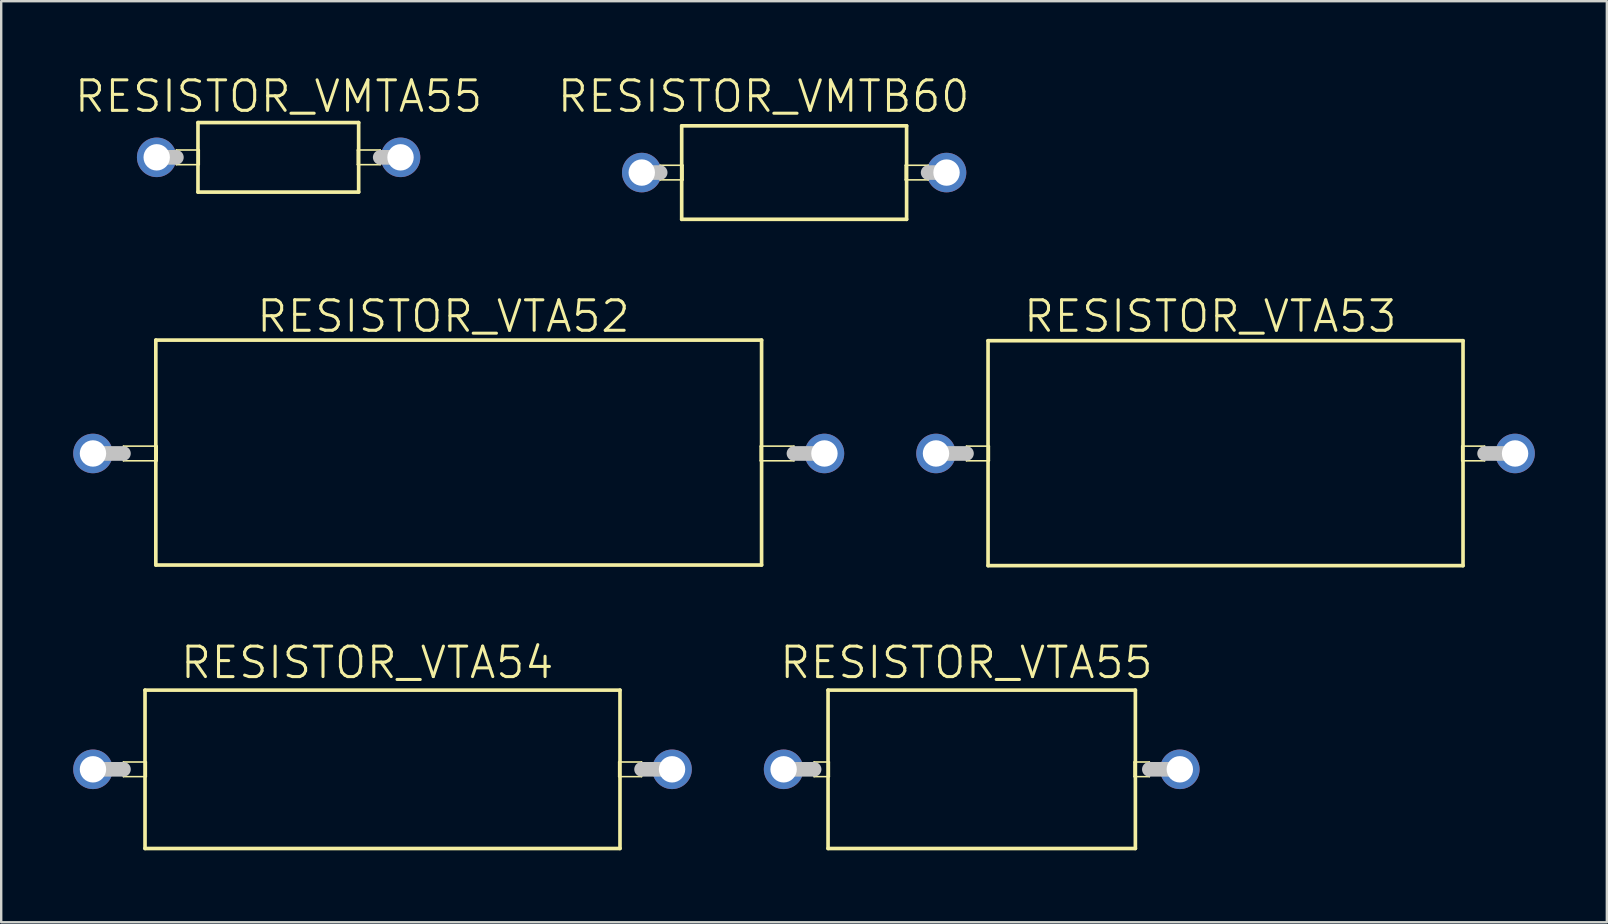
<source format=kicad_pcb>
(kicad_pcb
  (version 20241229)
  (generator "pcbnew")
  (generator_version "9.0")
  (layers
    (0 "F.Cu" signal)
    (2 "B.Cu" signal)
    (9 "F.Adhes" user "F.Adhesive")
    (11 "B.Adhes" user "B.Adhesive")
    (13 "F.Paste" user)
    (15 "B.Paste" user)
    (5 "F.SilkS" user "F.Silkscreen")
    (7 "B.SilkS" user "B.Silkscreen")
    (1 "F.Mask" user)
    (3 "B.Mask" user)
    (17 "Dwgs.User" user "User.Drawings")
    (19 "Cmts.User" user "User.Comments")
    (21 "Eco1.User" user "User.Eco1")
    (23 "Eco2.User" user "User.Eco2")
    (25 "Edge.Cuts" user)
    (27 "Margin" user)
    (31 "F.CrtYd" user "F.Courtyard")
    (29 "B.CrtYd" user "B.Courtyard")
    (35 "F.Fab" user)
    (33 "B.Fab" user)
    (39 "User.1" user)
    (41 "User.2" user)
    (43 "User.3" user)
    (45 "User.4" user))
  (footprint "RESISTOR_VTA53"
    (layer "F.Cu")
    (at 48.018 15.846)
    (property "Reference" "RESISTOR_VTA53" (at -0.635 -5.715 0) (layer "F.SilkS") (effects (font (size 1.27 1.27) (thickness 0.127))))
    (attr exclude_from_pos_files exclude_from_bom)
    (fp_line (start -10.795 -0.305) (end -9.842 -0.305) (stroke (width 0.066) (type solid)) (layer "F.SilkS"))
    (fp_line (start -10.795 0.305) (end -10.795 -0.305) (stroke (width 0.066) (type solid)) (layer "F.SilkS"))
    (fp_line (start -10.795 0.305) (end -9.842 0.305) (stroke (width 0.066) (type solid)) (layer "F.SilkS"))
    (fp_line (start -9.896 -4.699) (end -9.896 4.674) (stroke (width 0.152) (type solid)) (layer "F.SilkS"))
    (fp_line (start -9.896 4.674) (end 9.896 4.674) (stroke (width 0.152) (type solid)) (layer "F.SilkS"))
    (fp_line (start -9.842 0.305) (end -9.842 -0.305) (stroke (width 0.066) (type solid)) (layer "F.SilkS"))
    (fp_line (start 9.842 -0.305) (end 10.795 -0.305) (stroke (width 0.066) (type solid)) (layer "F.SilkS"))
    (fp_line (start 9.842 0.305) (end 9.842 -0.305) (stroke (width 0.066) (type solid)) (layer "F.SilkS"))
    (fp_line (start 9.842 0.305) (end 10.795 0.305) (stroke (width 0.066) (type solid)) (layer "F.SilkS"))
    (fp_line (start 9.896 -4.699) (end -9.896 -4.699) (stroke (width 0.152) (type solid)) (layer "F.SilkS"))
    (fp_line (start 9.896 4.674) (end 9.896 -4.699) (stroke (width 0.152) (type solid)) (layer "F.SilkS"))
    (fp_line (start 10.795 0.305) (end 10.795 -0.305) (stroke (width 0.066) (type solid)) (layer "F.SilkS"))
    (fp_line (start -12.065 0) (end -10.795 0) (stroke (width 0.61) (type solid)) (layer "Dwgs.User"))
    (fp_line (start 10.795 0) (end 12.065 0) (stroke (width 0.61) (type solid)) (layer "Dwgs.User"))
    (pad "1" thru_hole circle (at -12.065 0) (size 1.648 1.648) (drill 1.1) (layers "*.Cu" "*.Paste" "*.Mask"))
    (pad "2" thru_hole circle (at 12.065 0) (size 1.648 1.648) (drill 1.1) (layers "*.Cu" "*.Paste" "*.Mask")))
  (footprint "RESISTOR_VTA55"
    (layer "F.Cu")
    (at 37.858 29.007)
    (property "Reference" "RESISTOR_VTA55" (at -0.635 -4.445 0) (layer "F.SilkS") (effects (font (size 1.27 1.27) (thickness 0.127))))
    (attr exclude_from_pos_files exclude_from_bom)
    (fp_line (start -6.985 -0.305) (end -6.35 -0.305) (stroke (width 0.066) (type solid)) (layer "F.SilkS"))
    (fp_line (start -6.985 0.305) (end -6.985 -0.305) (stroke (width 0.066) (type solid)) (layer "F.SilkS"))
    (fp_line (start -6.985 0.305) (end -6.35 0.305) (stroke (width 0.066) (type solid)) (layer "F.SilkS"))
    (fp_line (start -6.403 -3.299) (end -6.403 3.299) (stroke (width 0.152) (type solid)) (layer "F.SilkS"))
    (fp_line (start -6.403 3.299) (end 6.403 3.299) (stroke (width 0.152) (type solid)) (layer "F.SilkS"))
    (fp_line (start -6.35 0.305) (end -6.35 -0.305) (stroke (width 0.066) (type solid)) (layer "F.SilkS"))
    (fp_line (start 6.35 -0.305) (end 6.985 -0.305) (stroke (width 0.066) (type solid)) (layer "F.SilkS"))
    (fp_line (start 6.35 0.305) (end 6.35 -0.305) (stroke (width 0.066) (type solid)) (layer "F.SilkS"))
    (fp_line (start 6.35 0.305) (end 6.985 0.305) (stroke (width 0.066) (type solid)) (layer "F.SilkS"))
    (fp_line (start 6.403 -3.299) (end -6.403 -3.299) (stroke (width 0.152) (type solid)) (layer "F.SilkS"))
    (fp_line (start 6.403 3.299) (end 6.403 -3.299) (stroke (width 0.152) (type solid)) (layer "F.SilkS"))
    (fp_line (start 6.985 0.305) (end 6.985 -0.305) (stroke (width 0.066) (type solid)) (layer "F.SilkS"))
    (fp_line (start -8.255 0) (end -6.985 0) (stroke (width 0.61) (type solid)) (layer "Dwgs.User"))
    (fp_line (start 6.985 0) (end 8.255 0) (stroke (width 0.61) (type solid)) (layer "Dwgs.User"))
    (pad "1" thru_hole circle (at -8.255 0) (size 1.648 1.648) (drill 1.1) (layers "*.Cu" "*.Paste" "*.Mask"))
    (pad "2" thru_hole circle (at 8.255 0) (size 1.648 1.648) (drill 1.1) (layers "*.Cu" "*.Paste" "*.Mask")))
  (footprint "RESISTOR_VMTB60"
    (layer "F.Cu")
    (at 30.042 4.141)
    (property "Reference" "RESISTOR_VMTB60" (at -1.27 -3.175 0) (layer "F.SilkS") (effects (font (size 1.27 1.27) (thickness 0.127))))
    (attr exclude_from_pos_files exclude_from_bom)
    (fp_line (start -5.583 -0.305) (end -4.63 -0.305) (stroke (width 0.066) (type solid)) (layer "F.SilkS"))
    (fp_line (start -5.583 0.305) (end -5.583 -0.305) (stroke (width 0.066) (type solid)) (layer "F.SilkS"))
    (fp_line (start -5.583 0.305) (end -4.63 0.305) (stroke (width 0.066) (type solid)) (layer "F.SilkS"))
    (fp_line (start -4.686 -1.948) (end -4.686 1.948) (stroke (width 0.152) (type solid)) (layer "F.SilkS"))
    (fp_line (start -4.686 1.948) (end 4.686 1.948) (stroke (width 0.152) (type solid)) (layer "F.SilkS"))
    (fp_line (start -4.63 0.305) (end -4.63 -0.305) (stroke (width 0.066) (type solid)) (layer "F.SilkS"))
    (fp_line (start 4.63 -0.305) (end 5.583 -0.305) (stroke (width 0.066) (type solid)) (layer "F.SilkS"))
    (fp_line (start 4.63 0.305) (end 4.63 -0.305) (stroke (width 0.066) (type solid)) (layer "F.SilkS"))
    (fp_line (start 4.63 0.305) (end 5.583 0.305) (stroke (width 0.066) (type solid)) (layer "F.SilkS"))
    (fp_line (start 4.686 -1.948) (end -4.686 -1.948) (stroke (width 0.152) (type solid)) (layer "F.SilkS"))
    (fp_line (start 4.686 1.948) (end 4.686 -1.948) (stroke (width 0.152) (type solid)) (layer "F.SilkS"))
    (fp_line (start 5.583 0.305) (end 5.583 -0.305) (stroke (width 0.066) (type solid)) (layer "F.SilkS"))
    (fp_line (start -6.35 0) (end -5.583 0) (stroke (width 0.61) (type solid)) (layer "Dwgs.User"))
    (fp_line (start 5.583 0) (end 6.35 0) (stroke (width 0.61) (type solid)) (layer "Dwgs.User"))
    (pad "1" thru_hole circle (at -6.35 0) (size 1.648 1.648) (drill 1.1) (layers "*.Cu" "*.Paste" "*.Mask"))
    (pad "2" thru_hole circle (at 6.35 0) (size 1.648 1.648) (drill 1.1) (layers "*.Cu" "*.Paste" "*.Mask")))
  (footprint "RESISTOR_VTA52"
    (layer "F.Cu")
    (at 16.064 15.846)
    (property "Reference" "RESISTOR_VTA52" (at -0.635 -5.715 0) (layer "F.SilkS") (effects (font (size 1.27 1.27) (thickness 0.127))))
    (attr exclude_from_pos_files exclude_from_bom)
    (fp_line (start -13.97 -0.305) (end -12.565 -0.305) (stroke (width 0.066) (type solid)) (layer "F.SilkS"))
    (fp_line (start -13.97 0.305) (end -13.97 -0.305) (stroke (width 0.066) (type solid)) (layer "F.SilkS"))
    (fp_line (start -13.97 0.305) (end -12.565 0.305) (stroke (width 0.066) (type solid)) (layer "F.SilkS"))
    (fp_line (start -12.621 -4.724) (end -12.621 4.648) (stroke (width 0.152) (type solid)) (layer "F.SilkS"))
    (fp_line (start -12.621 4.648) (end 12.621 4.648) (stroke (width 0.152) (type solid)) (layer "F.SilkS"))
    (fp_line (start -12.565 0.305) (end -12.565 -0.305) (stroke (width 0.066) (type solid)) (layer "F.SilkS"))
    (fp_line (start 12.565 -0.305) (end 13.97 -0.305) (stroke (width 0.066) (type solid)) (layer "F.SilkS"))
    (fp_line (start 12.565 0.305) (end 12.565 -0.305) (stroke (width 0.066) (type solid)) (layer "F.SilkS"))
    (fp_line (start 12.565 0.305) (end 13.97 0.305) (stroke (width 0.066) (type solid)) (layer "F.SilkS"))
    (fp_line (start 12.621 -4.724) (end -12.621 -4.724) (stroke (width 0.152) (type solid)) (layer "F.SilkS"))
    (fp_line (start 12.621 4.648) (end 12.621 -4.724) (stroke (width 0.152) (type solid)) (layer "F.SilkS"))
    (fp_line (start 13.97 0.305) (end 13.97 -0.305) (stroke (width 0.066) (type solid)) (layer "F.SilkS"))
    (fp_line (start -15.24 0) (end -13.97 0) (stroke (width 0.61) (type solid)) (layer "Dwgs.User"))
    (fp_line (start 13.97 0) (end 15.24 0) (stroke (width 0.61) (type solid)) (layer "Dwgs.User"))
    (pad "1" thru_hole circle (at -15.24 0) (size 1.648 1.648) (drill 1.1) (layers "*.Cu" "*.Paste" "*.Mask"))
    (pad "2" thru_hole circle (at 15.24 0) (size 1.648 1.648) (drill 1.1) (layers "*.Cu" "*.Paste" "*.Mask")))
  (footprint "RESISTOR_VTA54"
    (layer "F.Cu")
    (at 12.889 29.007)
    (property "Reference" "RESISTOR_VTA54" (at -0.635 -4.445 0) (layer "F.SilkS") (effects (font (size 1.27 1.27) (thickness 0.127))))
    (attr exclude_from_pos_files exclude_from_bom)
    (fp_line (start -10.795 -0.305) (end -9.842 -0.305) (stroke (width 0.066) (type solid)) (layer "F.SilkS"))
    (fp_line (start -10.795 0.305) (end -10.795 -0.305) (stroke (width 0.066) (type solid)) (layer "F.SilkS"))
    (fp_line (start -10.795 0.305) (end -9.842 0.305) (stroke (width 0.066) (type solid)) (layer "F.SilkS"))
    (fp_line (start -9.896 -3.299) (end -9.896 3.299) (stroke (width 0.152) (type solid)) (layer "F.SilkS"))
    (fp_line (start -9.896 3.299) (end 9.896 3.299) (stroke (width 0.152) (type solid)) (layer "F.SilkS"))
    (fp_line (start -9.842 0.305) (end -9.842 -0.305) (stroke (width 0.066) (type solid)) (layer "F.SilkS"))
    (fp_line (start 9.842 -0.305) (end 10.795 -0.305) (stroke (width 0.066) (type solid)) (layer "F.SilkS"))
    (fp_line (start 9.842 0.305) (end 9.842 -0.305) (stroke (width 0.066) (type solid)) (layer "F.SilkS"))
    (fp_line (start 9.842 0.305) (end 10.795 0.305) (stroke (width 0.066) (type solid)) (layer "F.SilkS"))
    (fp_line (start 9.896 -3.299) (end -9.896 -3.299) (stroke (width 0.152) (type solid)) (layer "F.SilkS"))
    (fp_line (start 9.896 3.299) (end 9.896 -3.299) (stroke (width 0.152) (type solid)) (layer "F.SilkS"))
    (fp_line (start 10.795 0.305) (end 10.795 -0.305) (stroke (width 0.066) (type solid)) (layer "F.SilkS"))
    (fp_line (start -12.065 0) (end -10.795 0) (stroke (width 0.61) (type solid)) (layer "Dwgs.User"))
    (fp_line (start 10.795 0) (end 12.065 0) (stroke (width 0.61) (type solid)) (layer "Dwgs.User"))
    (pad "1" thru_hole circle (at -12.065 0) (size 1.648 1.648) (drill 1.1) (layers "*.Cu" "*.Paste" "*.Mask"))
    (pad "2" thru_hole circle (at 12.065 0) (size 1.648 1.648) (drill 1.1) (layers "*.Cu" "*.Paste" "*.Mask")))
  (footprint "RESISTOR_VMTA55"
    (layer "F.Cu")
    (at 8.56 3.506)
    (property "Reference" "RESISTOR_VMTA55" (at 0 -2.54 0) (layer "F.SilkS") (effects (font (size 1.27 1.27) (thickness 0.127))))
    (attr exclude_from_pos_files exclude_from_bom)
    (fp_line (start -4.26 -0.305) (end -3.307 -0.305) (stroke (width 0.066) (type solid)) (layer "F.SilkS"))
    (fp_line (start -4.26 0.305) (end -4.26 -0.305) (stroke (width 0.066) (type solid)) (layer "F.SilkS"))
    (fp_line (start -4.26 0.305) (end -3.307 0.305) (stroke (width 0.066) (type solid)) (layer "F.SilkS"))
    (fp_line (start -3.36 -1.448) (end -3.36 1.448) (stroke (width 0.152) (type solid)) (layer "F.SilkS"))
    (fp_line (start -3.36 1.448) (end 3.335 1.448) (stroke (width 0.152) (type solid)) (layer "F.SilkS"))
    (fp_line (start -3.307 0.305) (end -3.307 -0.305) (stroke (width 0.066) (type solid)) (layer "F.SilkS"))
    (fp_line (start 3.282 -0.305) (end 4.234 -0.305) (stroke (width 0.066) (type solid)) (layer "F.SilkS"))
    (fp_line (start 3.282 0.305) (end 3.282 -0.305) (stroke (width 0.066) (type solid)) (layer "F.SilkS"))
    (fp_line (start 3.282 0.305) (end 4.234 0.305) (stroke (width 0.066) (type solid)) (layer "F.SilkS"))
    (fp_line (start 3.335 -1.448) (end -3.36 -1.448) (stroke (width 0.152) (type solid)) (layer "F.SilkS"))
    (fp_line (start 3.335 1.448) (end 3.335 -1.448) (stroke (width 0.152) (type solid)) (layer "F.SilkS"))
    (fp_line (start 4.234 0.305) (end 4.234 -0.305) (stroke (width 0.066) (type solid)) (layer "F.SilkS"))
    (fp_line (start -5.08 0) (end -4.26 0) (stroke (width 0.61) (type solid)) (layer "Dwgs.User"))
    (fp_line (start 4.234 0) (end 5.08 0) (stroke (width 0.61) (type solid)) (layer "Dwgs.User"))
    (pad "1" thru_hole circle (at -5.08 0) (size 1.648 1.648) (drill 1.1) (layers "*.Cu" "*.Paste" "*.Mask"))
    (pad "2" thru_hole circle (at 5.08 0) (size 1.648 1.648) (drill 1.1) (layers "*.Cu" "*.Paste" "*.Mask")))
  (gr_rect
    (start -3 -3)
    (end 63.907 35.382)
    (stroke (width 0.1) (type default))
    (fill no)
    (layer "Edge.Cuts")))
</source>
